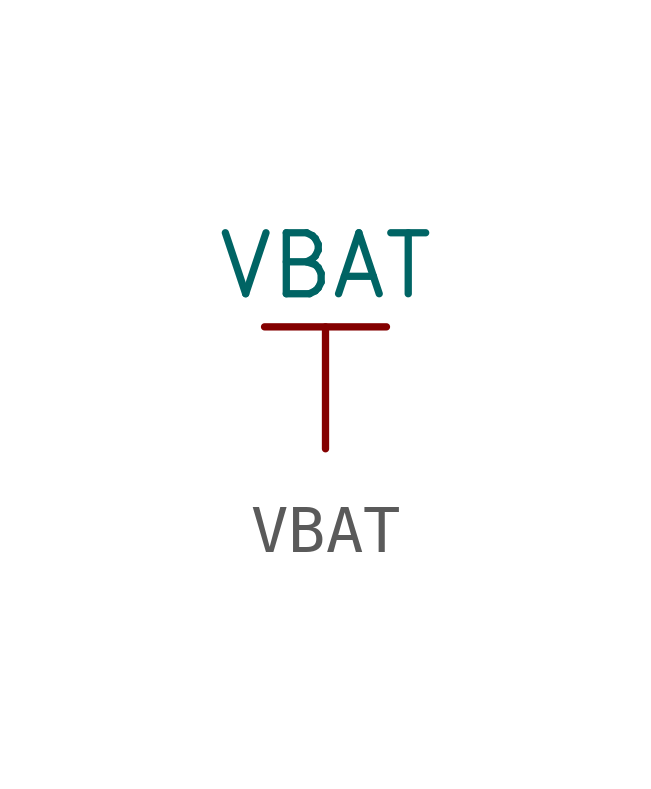
<source format=kicad_sym>
(kicad_symbol_lib
  (version 20220914)
  (generator kicad_symbol_editor)
  (symbol "VBAT"
    (power)
    (pin_numbers hide)
    (pin_names
      (offset 0) hide)
    (property "Reference" "#PWR"
      (at -6.35 2.54 0)
      (effects (font (size 1.27 1.27)) hide))
    (property "Value" "VBAT"
      (at 0 3.81 0)
      (effects (font (size 1.27 1.27))))
    (symbol "VBAT_0_1"
      (polyline (pts (xy 1.27 2.54) (xy -1.27 2.54)) (stroke (width 0) (type solid)) (fill (type none))))
    (symbol "VBAT_1_1"
      (pin power_out line (at 0 0 90) (length 2.54) (name "3V3" (effects (font (size 1.27 1.27)))) (number "~" (effects (font (size 1.27 1.27))))))))
</source>
